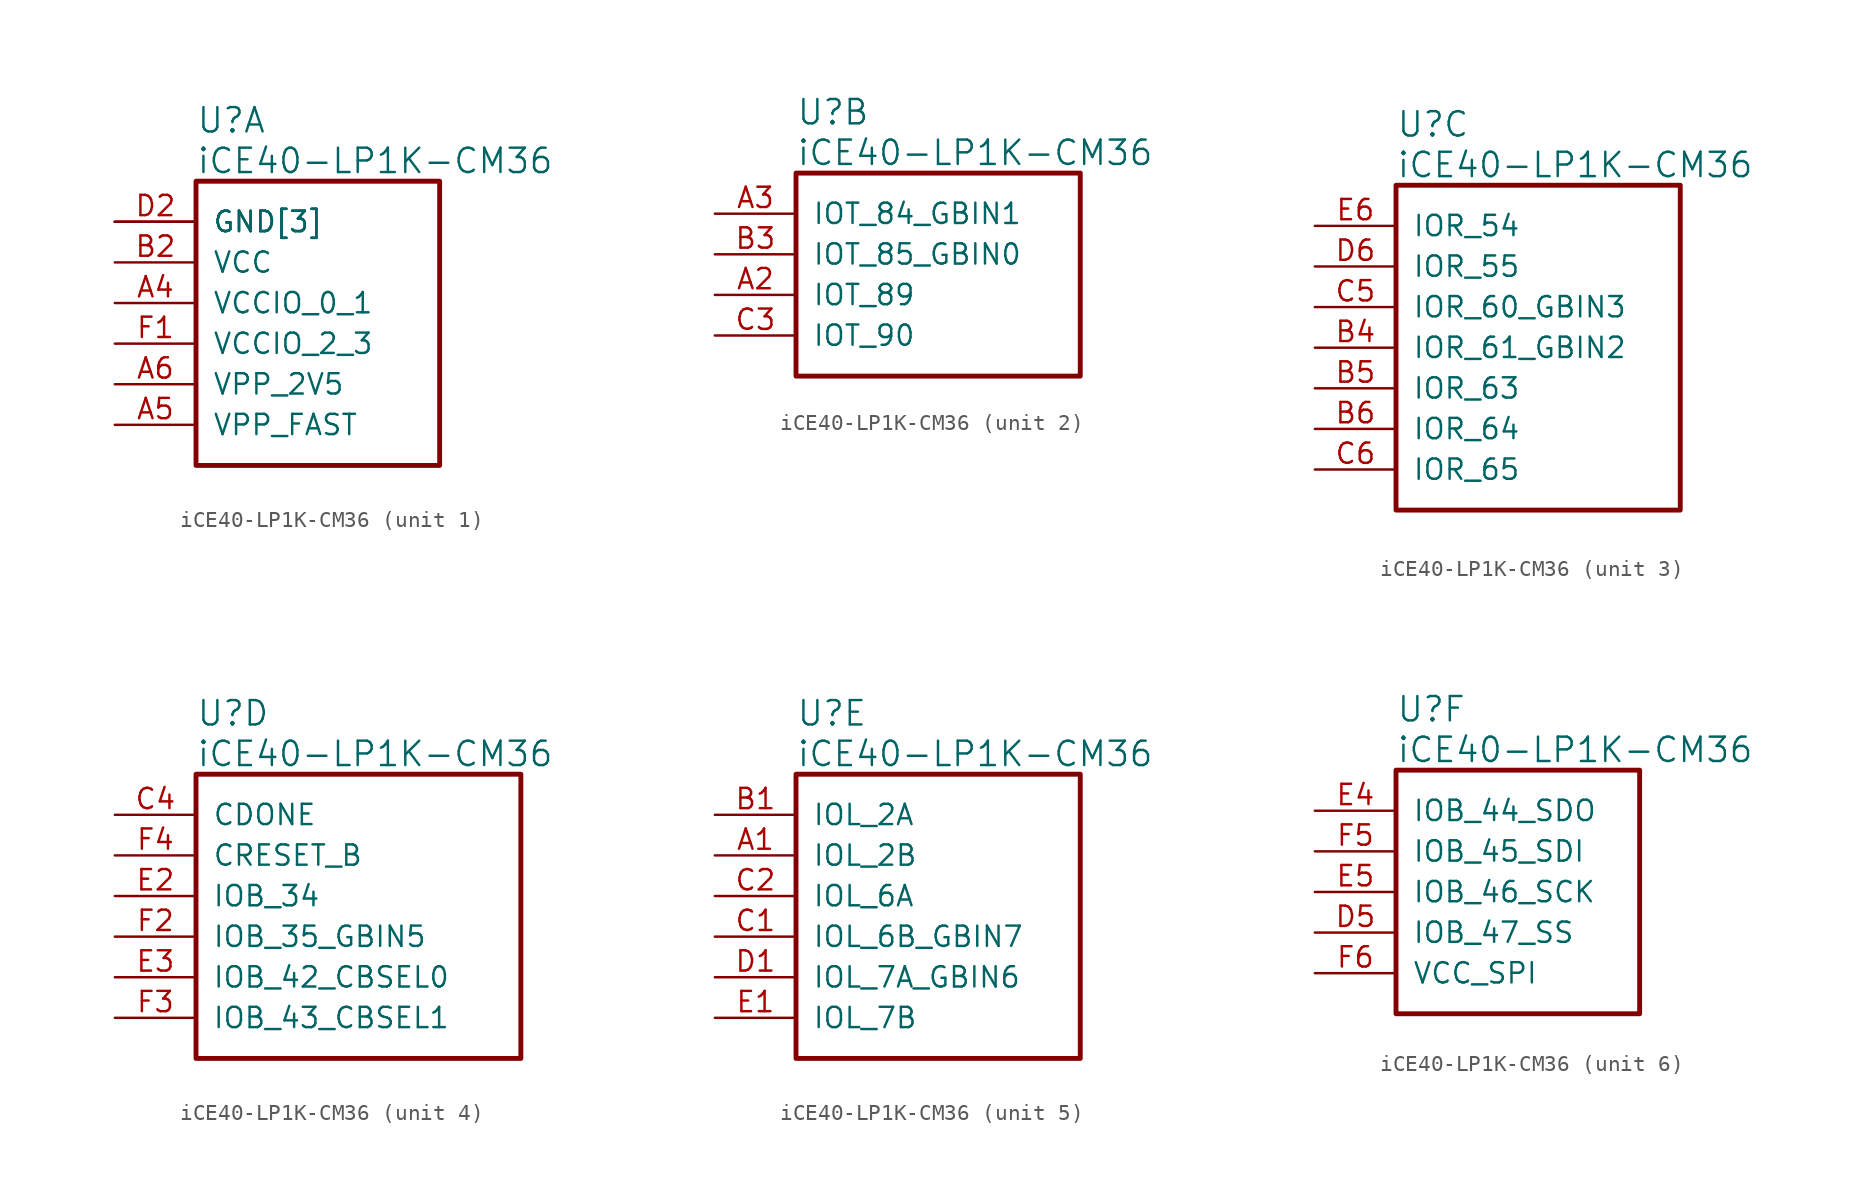
<source format=kicad_sym>
(kicad_symbol_lib
  (version 20241209)
  (generator "kicad_symbol_editor")
  (generator_version "9.0")
  (symbol "iCE40-LP1K-CM36"
    (pin_names
      (offset 1.016))
    (property "Reference" "U"
      (at 5.08 6.35 0)
      (effects (font (size 1.524 1.524)) (justify left)))
    (property "Value" "iCE40-LP1K-CM36"
      (at 5.08 3.81 0)
      (effects (font (size 1.524 1.524)) (justify left)))
    (property "ki_locked" ""
      (at 0 0 0)
      (effects (font (size 1.27 1.27))))
    (symbol "iCE40-LP1K-CM36_1_1"
      (rectangle (start 5.08 2.54) (end 20.32 -15.24) (stroke (width 0.305) (type solid)) (fill (type none)))
      (pin power_in line (at 0 0 0) (length 5.08) (name "GND[3]" (effects (font (size 1.27 1.27)))) (number "D2" (effects (font (size 1.27 1.27)))))
      (pin power_in line (at 0 0 0) (length 5.08) (name "GND[3]" (effects (font (size 1.27 1.27)))) (number "D3" (effects (font (size 0 0)))))
      (pin power_in line (at 0 0 0) (length 5.08) (name "GND[3]" (effects (font (size 1.27 1.27)))) (number "D4" (effects (font (size 0 0)))))
      (pin power_in line (at 0 -2.54 0) (length 5.08) (name "VCC" (effects (font (size 1.27 1.27)))) (number "B2" (effects (font (size 1.27 1.27)))))
      (pin power_in line (at 0 -5.08 0) (length 5.08) (name "VCCIO_0_1" (effects (font (size 1.27 1.27)))) (number "A4" (effects (font (size 1.27 1.27)))))
      (pin power_in line (at 0 -7.62 0) (length 5.08) (name "VCCIO_2_3" (effects (font (size 1.27 1.27)))) (number "F1" (effects (font (size 1.27 1.27)))))
      (pin power_in line (at 0 -10.16 0) (length 5.08) (name "VPP_2V5" (effects (font (size 1.27 1.27)))) (number "A6" (effects (font (size 1.27 1.27)))))
      (pin power_in line (at 0 -12.7 0) (length 5.08) (name "VPP_FAST" (effects (font (size 1.27 1.27)))) (number "A5" (effects (font (size 1.27 1.27))))))
    (symbol "iCE40-LP1K-CM36_2_1"
      (rectangle (start 5.08 2.54) (end 22.86 -10.16) (stroke (width 0.305) (type solid)) (fill (type none)))
      (pin bidirectional line (at 0 0 0) (length 5.08) (name "IOT_84_GBIN1" (effects (font (size 1.27 1.27)))) (number "A3" (effects (font (size 1.27 1.27)))))
      (pin bidirectional line (at 0 -2.54 0) (length 5.08) (name "IOT_85_GBIN0" (effects (font (size 1.27 1.27)))) (number "B3" (effects (font (size 1.27 1.27)))))
      (pin bidirectional line (at 0 -5.08 0) (length 5.08) (name "IOT_89" (effects (font (size 1.27 1.27)))) (number "A2" (effects (font (size 1.27 1.27)))))
      (pin bidirectional line (at 0 -7.62 0) (length 5.08) (name "IOT_90" (effects (font (size 1.27 1.27)))) (number "C3" (effects (font (size 1.27 1.27))))))
    (symbol "iCE40-LP1K-CM36_3_1"
      (rectangle (start 5.08 2.54) (end 22.86 -17.78) (stroke (width 0.305) (type solid)) (fill (type none)))
      (pin bidirectional line (at 0 0 0) (length 5.08) (name "IOR_54" (effects (font (size 1.27 1.27)))) (number "E6" (effects (font (size 1.27 1.27)))))
      (pin bidirectional line (at 0 -2.54 0) (length 5.08) (name "IOR_55" (effects (font (size 1.27 1.27)))) (number "D6" (effects (font (size 1.27 1.27)))))
      (pin bidirectional line (at 0 -5.08 0) (length 5.08) (name "IOR_60_GBIN3" (effects (font (size 1.27 1.27)))) (number "C5" (effects (font (size 1.27 1.27)))))
      (pin bidirectional line (at 0 -7.62 0) (length 5.08) (name "IOR_61_GBIN2" (effects (font (size 1.27 1.27)))) (number "B4" (effects (font (size 1.27 1.27)))))
      (pin bidirectional line (at 0 -10.16 0) (length 5.08) (name "IOR_63" (effects (font (size 1.27 1.27)))) (number "B5" (effects (font (size 1.27 1.27)))))
      (pin bidirectional line (at 0 -12.7 0) (length 5.08) (name "IOR_64" (effects (font (size 1.27 1.27)))) (number "B6" (effects (font (size 1.27 1.27)))))
      (pin bidirectional line (at 0 -15.24 0) (length 5.08) (name "IOR_65" (effects (font (size 1.27 1.27)))) (number "C6" (effects (font (size 1.27 1.27))))))
    (symbol "iCE40-LP1K-CM36_4_1"
      (rectangle (start 5.08 2.54) (end 25.4 -15.24) (stroke (width 0.305) (type solid)) (fill (type none)))
      (pin output line (at 0 0 0) (length 5.08) (name "CDONE" (effects (font (size 1.27 1.27)))) (number "C4" (effects (font (size 1.27 1.27)))))
      (pin input line (at 0 -2.54 0) (length 5.08) (name "CRESET_B" (effects (font (size 1.27 1.27)))) (number "F4" (effects (font (size 1.27 1.27)))))
      (pin bidirectional line (at 0 -5.08 0) (length 5.08) (name "IOB_34" (effects (font (size 1.27 1.27)))) (number "E2" (effects (font (size 1.27 1.27)))))
      (pin bidirectional line (at 0 -7.62 0) (length 5.08) (name "IOB_35_GBIN5" (effects (font (size 1.27 1.27)))) (number "F2" (effects (font (size 1.27 1.27)))))
      (pin bidirectional line (at 0 -10.16 0) (length 5.08) (name "IOB_42_CBSEL0" (effects (font (size 1.27 1.27)))) (number "E3" (effects (font (size 1.27 1.27)))))
      (pin bidirectional line (at 0 -12.7 0) (length 5.08) (name "IOB_43_CBSEL1" (effects (font (size 1.27 1.27)))) (number "F3" (effects (font (size 1.27 1.27))))))
    (symbol "iCE40-LP1K-CM36_5_1"
      (rectangle (start 5.08 2.54) (end 22.86 -15.24) (stroke (width 0.305) (type solid)) (fill (type none)))
      (pin bidirectional line (at 0 0 0) (length 5.08) (name "IOL_2A" (effects (font (size 1.27 1.27)))) (number "B1" (effects (font (size 1.27 1.27)))))
      (pin bidirectional line (at 0 -2.54 0) (length 5.08) (name "IOL_2B" (effects (font (size 1.27 1.27)))) (number "A1" (effects (font (size 1.27 1.27)))))
      (pin bidirectional line (at 0 -5.08 0) (length 5.08) (name "IOL_6A" (effects (font (size 1.27 1.27)))) (number "C2" (effects (font (size 1.27 1.27)))))
      (pin bidirectional line (at 0 -7.62 0) (length 5.08) (name "IOL_6B_GBIN7" (effects (font (size 1.27 1.27)))) (number "C1" (effects (font (size 1.27 1.27)))))
      (pin bidirectional line (at 0 -10.16 0) (length 5.08) (name "IOL_7A_GBIN6" (effects (font (size 1.27 1.27)))) (number "D1" (effects (font (size 1.27 1.27)))))
      (pin bidirectional line (at 0 -12.7 0) (length 5.08) (name "IOL_7B" (effects (font (size 1.27 1.27)))) (number "E1" (effects (font (size 1.27 1.27))))))
    (symbol "iCE40-LP1K-CM36_6_1"
      (rectangle (start 5.08 2.54) (end 20.32 -12.7) (stroke (width 0.305) (type solid)) (fill (type none)))
      (pin bidirectional line (at 0 0 0) (length 5.08) (name "IOB_44_SDO" (effects (font (size 1.27 1.27)))) (number "E4" (effects (font (size 1.27 1.27)))))
      (pin bidirectional line (at 0 -2.54 0) (length 5.08) (name "IOB_45_SDI" (effects (font (size 1.27 1.27)))) (number "F5" (effects (font (size 1.27 1.27)))))
      (pin bidirectional line (at 0 -5.08 0) (length 5.08) (name "IOB_46_SCK" (effects (font (size 1.27 1.27)))) (number "E5" (effects (font (size 1.27 1.27)))))
      (pin bidirectional line (at 0 -7.62 0) (length 5.08) (name "IOB_47_SS" (effects (font (size 1.27 1.27)))) (number "D5" (effects (font (size 1.27 1.27)))))
      (pin power_in line (at 0 -10.16 0) (length 5.08) (name "VCC_SPI" (effects (font (size 1.27 1.27)))) (number "F6" (effects (font (size 1.27 1.27))))))))
</source>
